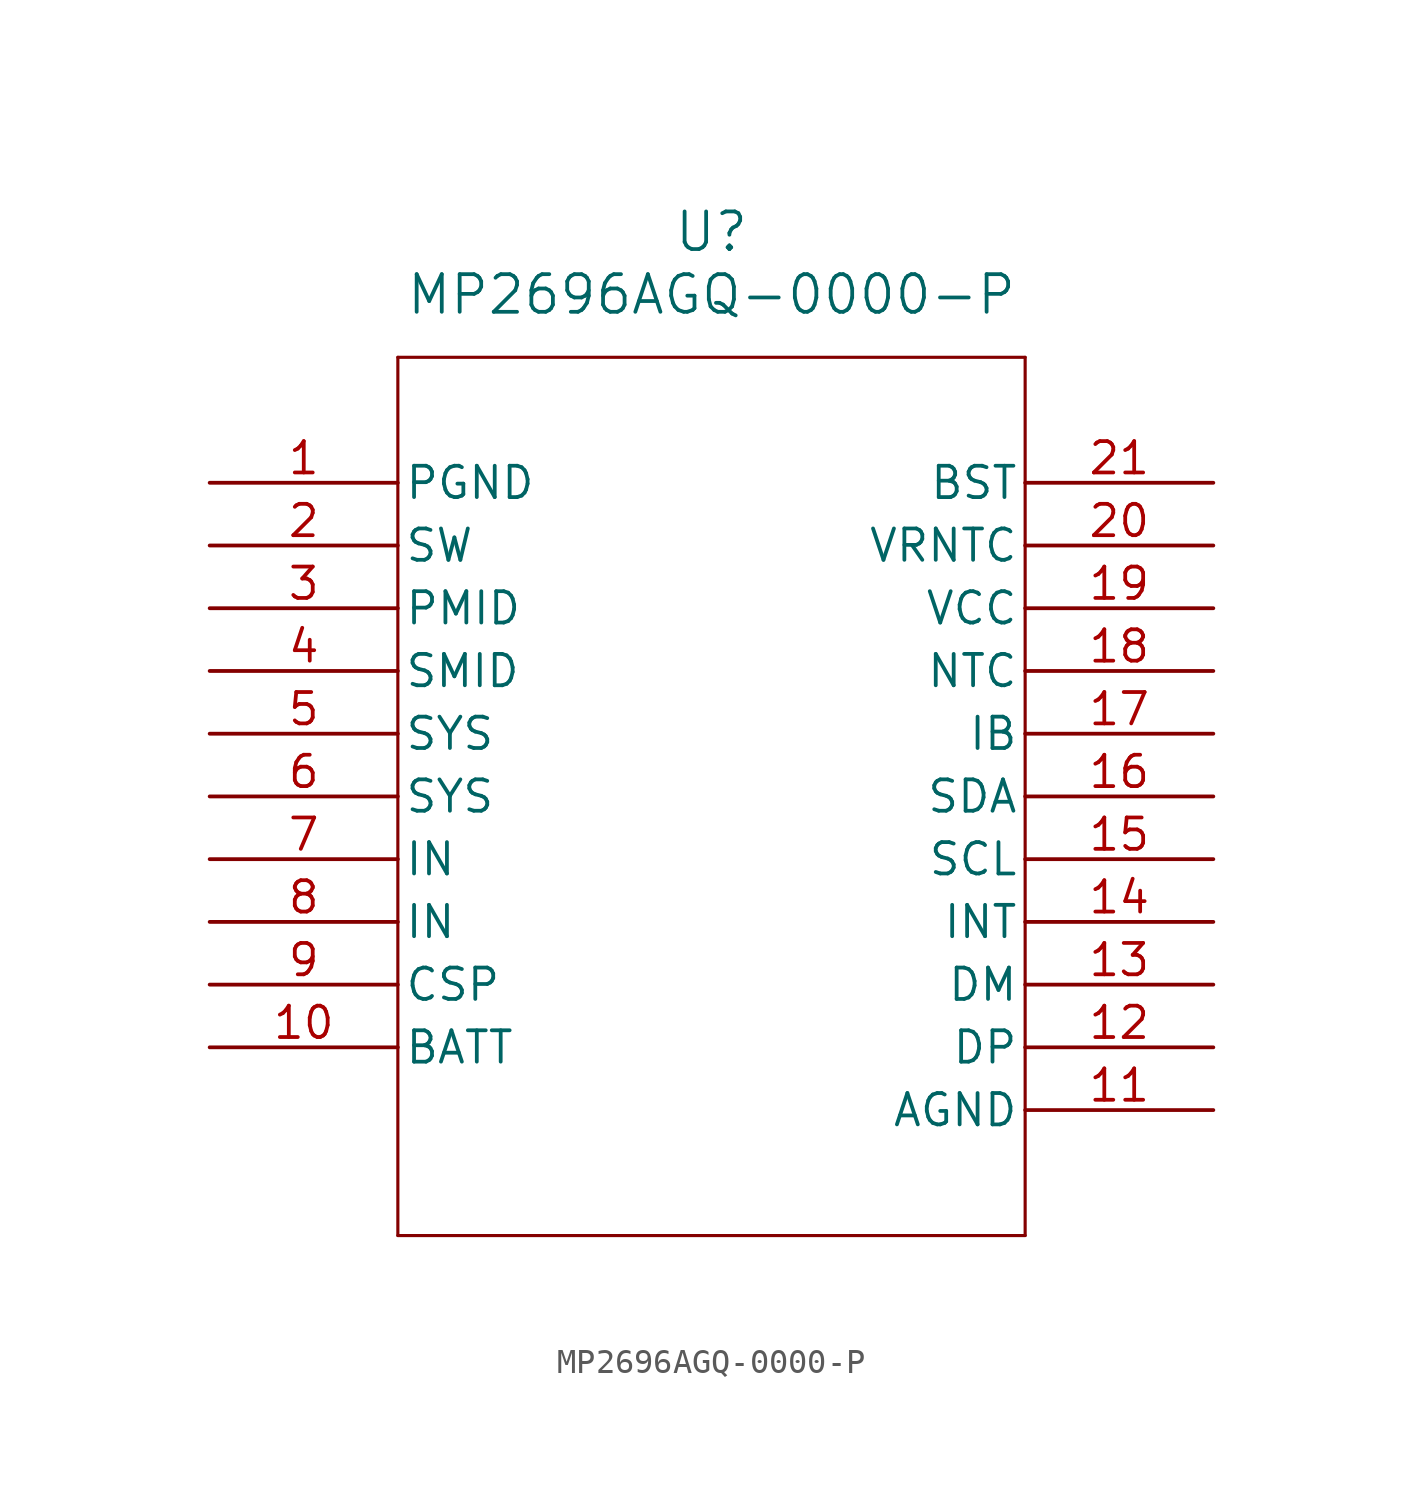
<source format=kicad_sym>
(kicad_symbol_lib
  (version 20211014)
  (generator kicad_symbol_editor)
  (symbol "MP2696AGQ-0000-P"
    (pin_names
      (offset 0.254))
    (property "Reference" "U"
      (at 20.32 10.16 0)
      (effects (font (size 1.524 1.524))))
    (property "Value" "MP2696AGQ-0000-P"
      (at 20.32 7.62 0)
      (effects (font (size 1.524 1.524))))
    (symbol "MP2696AGQ-0000-P_0_1"
      (polyline (pts (xy 7.62 5.08) (xy 7.62 -30.48)) (stroke (width 0.127) (type default) (color 0 0 0 0)) (fill (type none)))
      (polyline (pts (xy 7.62 -30.48) (xy 33.02 -30.48)) (stroke (width 0.127) (type default) (color 0 0 0 0)) (fill (type none)))
      (polyline (pts (xy 33.02 -30.48) (xy 33.02 5.08)) (stroke (width 0.127) (type default) (color 0 0 0 0)) (fill (type none)))
      (polyline (pts (xy 33.02 5.08) (xy 7.62 5.08)) (stroke (width 0.127) (type default) (color 0 0 0 0)) (fill (type none)))
      (pin power_in line (at 0 0 0) (length 7.62) (name "PGND" (effects (font (size 1.27 1.27)))) (number "1" (effects (font (size 1.27 1.27)))))
      (pin power_in line (at 0 -2.54 0) (length 7.62) (name "SW" (effects (font (size 1.27 1.27)))) (number "2" (effects (font (size 1.27 1.27)))))
      (pin power_in line (at 0 -5.08 0) (length 7.62) (name "PMID" (effects (font (size 1.27 1.27)))) (number "3" (effects (font (size 1.27 1.27)))))
      (pin power_in line (at 0 -7.62 0) (length 7.62) (name "SMID" (effects (font (size 1.27 1.27)))) (number "4" (effects (font (size 1.27 1.27)))))
      (pin power_in line (at 0 -10.16 0) (length 7.62) (name "SYS" (effects (font (size 1.27 1.27)))) (number "5" (effects (font (size 1.27 1.27)))))
      (pin power_in line (at 0 -12.7 0) (length 7.62) (name "SYS" (effects (font (size 1.27 1.27)))) (number "6" (effects (font (size 1.27 1.27)))))
      (pin power_in line (at 0 -15.24 0) (length 7.62) (name "IN" (effects (font (size 1.27 1.27)))) (number "7" (effects (font (size 1.27 1.27)))))
      (pin power_in line (at 0 -17.78 0) (length 7.62) (name "IN" (effects (font (size 1.27 1.27)))) (number "8" (effects (font (size 1.27 1.27)))))
      (pin input line (at 0 -20.32 0) (length 7.62) (name "CSP" (effects (font (size 1.27 1.27)))) (number "9" (effects (font (size 1.27 1.27)))))
      (pin input line (at 0 -22.86 0) (length 7.62) (name "BATT" (effects (font (size 1.27 1.27)))) (number "10" (effects (font (size 1.27 1.27)))))
      (pin power_in line (at 40.64 -25.4 180) (length 7.62) (name "AGND" (effects (font (size 1.27 1.27)))) (number "11" (effects (font (size 1.27 1.27)))))
      (pin bidirectional line (at 40.64 -22.86 180) (length 7.62) (name "DP" (effects (font (size 1.27 1.27)))) (number "12" (effects (font (size 1.27 1.27)))))
      (pin bidirectional line (at 40.64 -20.32 180) (length 7.62) (name "DM" (effects (font (size 1.27 1.27)))) (number "13" (effects (font (size 1.27 1.27)))))
      (pin output line (at 40.64 -17.78 180) (length 7.62) (name "INT" (effects (font (size 1.27 1.27)))) (number "14" (effects (font (size 1.27 1.27)))))
      (pin bidirectional line (at 40.64 -15.24 180) (length 7.62) (name "SCL" (effects (font (size 1.27 1.27)))) (number "15" (effects (font (size 1.27 1.27)))))
      (pin bidirectional line (at 40.64 -12.7 180) (length 7.62) (name "SDA" (effects (font (size 1.27 1.27)))) (number "16" (effects (font (size 1.27 1.27)))))
      (pin input line (at 40.64 -10.16 180) (length 7.62) (name "IB" (effects (font (size 1.27 1.27)))) (number "17" (effects (font (size 1.27 1.27)))))
      (pin input line (at 40.64 -7.62 180) (length 7.62) (name "NTC" (effects (font (size 1.27 1.27)))) (number "18" (effects (font (size 1.27 1.27)))))
      (pin input line (at 40.64 -5.08 180) (length 7.62) (name "VCC" (effects (font (size 1.27 1.27)))) (number "19" (effects (font (size 1.27 1.27)))))
      (pin output line (at 40.64 -2.54 180) (length 7.62) (name "VRNTC" (effects (font (size 1.27 1.27)))) (number "20" (effects (font (size 1.27 1.27)))))
      (pin input line (at 40.64 0 180) (length 7.62) (name "BST" (effects (font (size 1.27 1.27)))) (number "21" (effects (font (size 1.27 1.27))))))))
</source>
